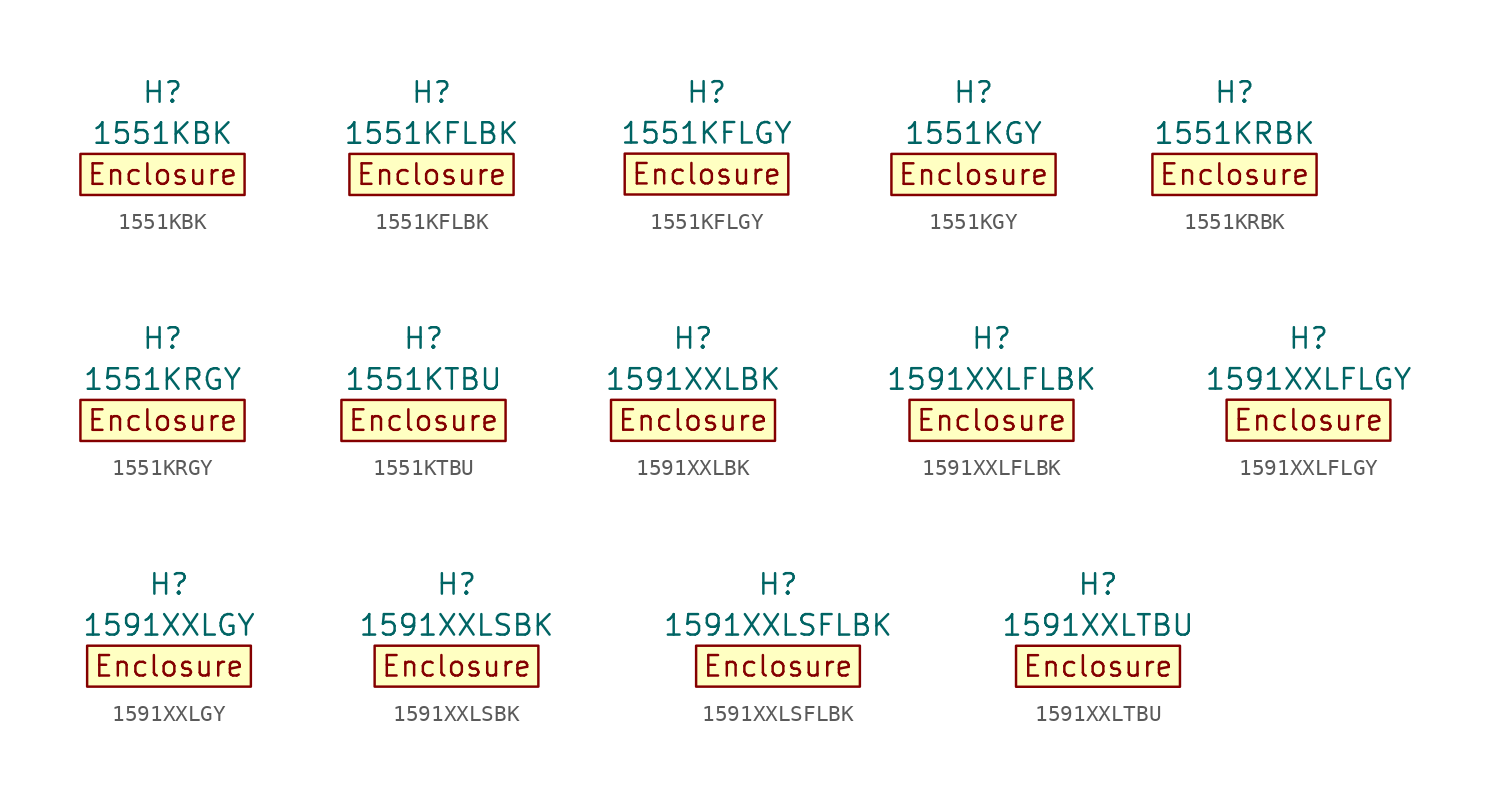
<source format=kicad_sym>
(kicad_symbol_lib
  (version 20211014)
  (generator kicad_symbol_editor)
  (symbol "1551KBK"
    (property "Reference" "H"
      (at 0 5.08 0)
      (effects (font (size 1.27 1.27))))
    (property "Value" "1551KBK"
      (at 0 2.54 0)
      (effects (font (size 1.27 1.27))))
    (symbol "1551KBK_0_0"
      (rectangle (start -5.08 1.27) (end 5.08 -1.27) (stroke (width 0) (type default) (color 0 0 0 0)) (fill (type background)))
      (text "Enclosure" (at 0 0 0) (effects (font (size 1.27 1.27))))))
  (symbol "1551KFLBK"
    (property "Reference" "H"
      (at 0 5.08 0)
      (effects (font (size 1.27 1.27))))
    (property "Value" "1551KFLBK"
      (at 0 2.54 0)
      (effects (font (size 1.27 1.27))))
    (symbol "1551KFLBK_0_0"
      (rectangle (start -5.08 1.27) (end 5.08 -1.27) (stroke (width 0) (type default) (color 0 0 0 0)) (fill (type background)))
      (text "Enclosure" (at 0 0 0) (effects (font (size 1.27 1.27))))))
  (symbol "1551KFLGY"
    (property "Reference" "H"
      (at 0 5.08 0)
      (effects (font (size 1.27 1.27))))
    (property "Value" "1551KFLGY"
      (at 0 2.54 0)
      (effects (font (size 1.27 1.27))))
    (symbol "1551KFLGY_0_0"
      (rectangle (start -5.08 1.27) (end 5.08 -1.27) (stroke (width 0) (type default) (color 0 0 0 0)) (fill (type background)))
      (text "Enclosure" (at 0 0 0) (effects (font (size 1.27 1.27))))))
  (symbol "1551KGY"
    (property "Reference" "H"
      (at 0 5.08 0)
      (effects (font (size 1.27 1.27))))
    (property "Value" "1551KGY"
      (at 0 2.54 0)
      (effects (font (size 1.27 1.27))))
    (symbol "1551KGY_0_0"
      (rectangle (start -5.08 1.27) (end 5.08 -1.27) (stroke (width 0) (type default) (color 0 0 0 0)) (fill (type background)))
      (text "Enclosure" (at 0 0 0) (effects (font (size 1.27 1.27))))))
  (symbol "1551KRBK"
    (property "Reference" "H"
      (at 0 5.08 0)
      (effects (font (size 1.27 1.27))))
    (property "Value" "1551KRBK"
      (at 0 2.54 0)
      (effects (font (size 1.27 1.27))))
    (symbol "1551KRBK_0_0"
      (rectangle (start -5.08 1.27) (end 5.08 -1.27) (stroke (width 0) (type default) (color 0 0 0 0)) (fill (type background)))
      (text "Enclosure" (at 0 0 0) (effects (font (size 1.27 1.27))))))
  (symbol "1551KRGY"
    (property "Reference" "H"
      (at 0 5.08 0)
      (effects (font (size 1.27 1.27))))
    (property "Value" "1551KRGY"
      (at 0 2.54 0)
      (effects (font (size 1.27 1.27))))
    (symbol "1551KRGY_0_0"
      (rectangle (start -5.08 1.27) (end 5.08 -1.27) (stroke (width 0) (type default) (color 0 0 0 0)) (fill (type background)))
      (text "Enclosure" (at 0 0 0) (effects (font (size 1.27 1.27))))))
  (symbol "1551KTBU"
    (property "Reference" "H"
      (at 0 5.08 0)
      (effects (font (size 1.27 1.27))))
    (property "Value" "1551KTBU"
      (at 0 2.54 0)
      (effects (font (size 1.27 1.27))))
    (symbol "1551KTBU_0_0"
      (rectangle (start -5.08 1.27) (end 5.08 -1.27) (stroke (width 0) (type default) (color 0 0 0 0)) (fill (type background)))
      (text "Enclosure" (at 0 0 0) (effects (font (size 1.27 1.27))))))
  (symbol "1591XXLBK"
    (property "Reference" "H"
      (at 0 5.08 0)
      (effects (font (size 1.27 1.27))))
    (property "Value" "1591XXLBK"
      (at 0 2.54 0)
      (effects (font (size 1.27 1.27))))
    (symbol "1591XXLBK_0_0"
      (rectangle (start -5.08 1.27) (end 5.08 -1.27) (stroke (width 0) (type default) (color 0 0 0 0)) (fill (type background)))
      (text "Enclosure" (at 0 0 0) (effects (font (size 1.27 1.27))))))
  (symbol "1591XXLFLBK"
    (property "Reference" "H"
      (at 0 5.08 0)
      (effects (font (size 1.27 1.27))))
    (property "Value" "1591XXLFLBK"
      (at 0 2.54 0)
      (effects (font (size 1.27 1.27))))
    (symbol "1591XXLFLBK_0_0"
      (rectangle (start -5.08 1.27) (end 5.08 -1.27) (stroke (width 0) (type default) (color 0 0 0 0)) (fill (type background)))
      (text "Enclosure" (at 0 0 0) (effects (font (size 1.27 1.27))))))
  (symbol "1591XXLFLGY"
    (property "Reference" "H"
      (at 0 5.08 0)
      (effects (font (size 1.27 1.27))))
    (property "Value" "1591XXLFLGY"
      (at 0 2.54 0)
      (effects (font (size 1.27 1.27))))
    (symbol "1591XXLFLGY_0_0"
      (rectangle (start -5.08 1.27) (end 5.08 -1.27) (stroke (width 0) (type default) (color 0 0 0 0)) (fill (type background)))
      (text "Enclosure" (at 0 0 0) (effects (font (size 1.27 1.27))))))
  (symbol "1591XXLGY"
    (property "Reference" "H"
      (at 0 5.08 0)
      (effects (font (size 1.27 1.27))))
    (property "Value" "1591XXLGY"
      (at 0 2.54 0)
      (effects (font (size 1.27 1.27))))
    (symbol "1591XXLGY_0_0"
      (rectangle (start -5.08 1.27) (end 5.08 -1.27) (stroke (width 0) (type default) (color 0 0 0 0)) (fill (type background)))
      (text "Enclosure" (at 0 0 0) (effects (font (size 1.27 1.27))))))
  (symbol "1591XXLSBK"
    (property "Reference" "H"
      (at 0 5.08 0)
      (effects (font (size 1.27 1.27))))
    (property "Value" "1591XXLSBK"
      (at 0 2.54 0)
      (effects (font (size 1.27 1.27))))
    (symbol "1591XXLSBK_0_0"
      (rectangle (start -5.08 1.27) (end 5.08 -1.27) (stroke (width 0) (type default) (color 0 0 0 0)) (fill (type background)))
      (text "Enclosure" (at 0 0 0) (effects (font (size 1.27 1.27))))))
  (symbol "1591XXLSFLBK"
    (property "Reference" "H"
      (at 0 5.08 0)
      (effects (font (size 1.27 1.27))))
    (property "Value" "1591XXLSFLBK"
      (at 0 2.54 0)
      (effects (font (size 1.27 1.27))))
    (symbol "1591XXLSFLBK_0_0"
      (rectangle (start -5.08 1.27) (end 5.08 -1.27) (stroke (width 0) (type default) (color 0 0 0 0)) (fill (type background)))
      (text "Enclosure" (at 0 0 0) (effects (font (size 1.27 1.27))))))
  (symbol "1591XXLTBU"
    (property "Reference" "H"
      (at 0 5.08 0)
      (effects (font (size 1.27 1.27))))
    (property "Value" "1591XXLTBU"
      (at 0 2.54 0)
      (effects (font (size 1.27 1.27))))
    (symbol "1591XXLTBU_0_0"
      (rectangle (start -5.08 1.27) (end 5.08 -1.27) (stroke (width 0) (type default) (color 0 0 0 0)) (fill (type background)))
      (text "Enclosure" (at 0 0 0) (effects (font (size 1.27 1.27)))))))
</source>
